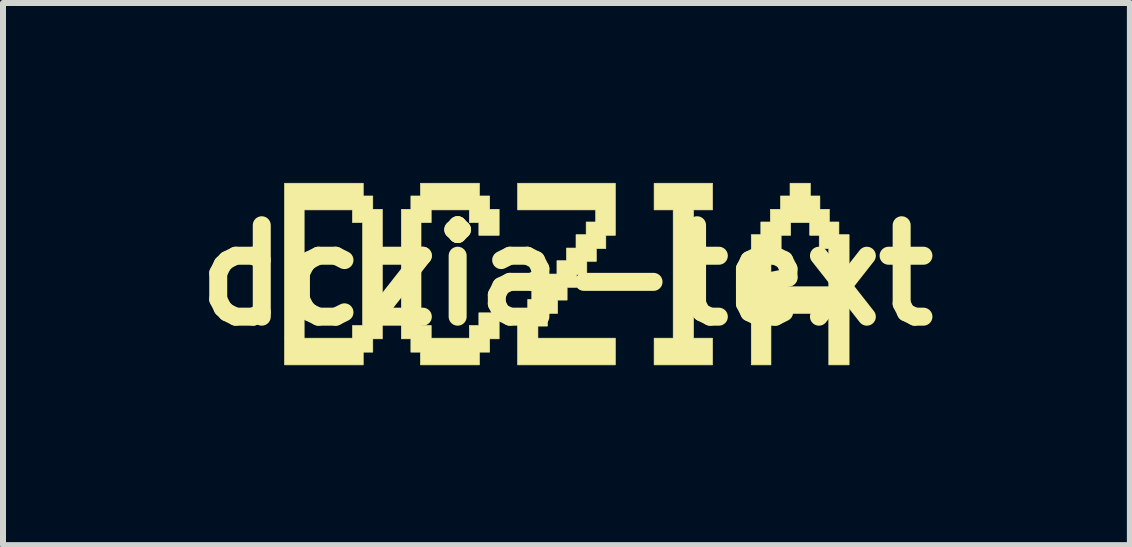
<source format=kicad_pcb>
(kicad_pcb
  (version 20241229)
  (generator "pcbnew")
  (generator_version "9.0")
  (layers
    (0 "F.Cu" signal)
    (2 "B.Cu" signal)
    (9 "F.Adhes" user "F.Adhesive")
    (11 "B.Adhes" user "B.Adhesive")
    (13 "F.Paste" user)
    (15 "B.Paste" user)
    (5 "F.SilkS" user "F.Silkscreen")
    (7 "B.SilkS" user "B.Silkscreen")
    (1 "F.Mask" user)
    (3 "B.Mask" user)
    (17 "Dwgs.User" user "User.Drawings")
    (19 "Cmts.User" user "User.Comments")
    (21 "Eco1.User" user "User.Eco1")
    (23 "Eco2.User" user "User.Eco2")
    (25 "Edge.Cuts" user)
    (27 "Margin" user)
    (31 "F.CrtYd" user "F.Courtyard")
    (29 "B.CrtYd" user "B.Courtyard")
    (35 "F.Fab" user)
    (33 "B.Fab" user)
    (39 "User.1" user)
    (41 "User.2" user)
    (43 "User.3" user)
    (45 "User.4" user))
  (footprint "dczia-text"
    (layer "F.Cu")
    (at 6.394 1.54)
    (property "Reference" "dczia-text" (at 0 0 0) (layer "F.SilkS") (effects (font (size 1.524 1.524) (thickness 0.3))))
    (attr through_hole)
    (fp_poly (pts (xy 2.435 -1.091) (xy 2.118 -1.091) (xy 2.118 1.048) (xy 2.435 1.048) (xy 2.435 1.493) (xy 1.461 1.493) (xy 1.461 1.048) (xy 1.779 1.048) (xy 1.779 -1.091) (xy 1.461 -1.091) (xy 1.461 -1.535) (xy 2.435 -1.535) (xy 2.435 -1.091)) (stroke (width 0.01) (type solid)) (fill yes) (layer "F.SilkS"))
    (fp_poly (pts (xy -3.388 -1.323) (xy -3.229 -1.323) (xy -3.229 -1.101) (xy -3.07 -1.101) (xy -3.07 1.059) (xy -3.229 1.059) (xy -3.229 1.281) (xy -3.388 1.281) (xy -3.388 1.493) (xy -4.701 1.493) (xy -4.701 -1.091) (xy -4.373 -1.091) (xy -4.373 1.048) (xy -3.568 1.048) (xy -3.568 0.836) (xy -3.399 0.836) (xy -3.399 -0.879) (xy -3.568 -0.879) (xy -3.568 -1.091) (xy -4.373 -1.091) (xy -4.701 -1.091) (xy -4.701 -1.535) (xy -3.388 -1.535) (xy -3.388 -1.323)) (stroke (width 0.01) (type solid)) (fill yes) (layer "F.SilkS"))
    (fp_poly (pts (xy -1.451 -1.323) (xy -1.281 -1.323) (xy -1.281 -1.101) (xy -1.122 -1.101) (xy -1.122 -0.667) (xy -1.461 -0.667) (xy -1.461 -0.879) (xy -1.62 -0.879) (xy -1.62 -1.091) (xy -2.255 -1.091) (xy -2.255 -0.879) (xy -2.425 -0.879) (xy -2.425 0.836) (xy -2.255 0.836) (xy -2.255 1.048) (xy -1.62 1.048) (xy -1.62 0.836) (xy -1.461 0.836) (xy -1.461 0.625) (xy -1.122 0.625) (xy -1.122 1.059) (xy -1.281 1.059) (xy -1.281 1.281) (xy -1.451 1.281) (xy -1.451 1.493) (xy -2.435 1.493) (xy -2.435 1.281) (xy -2.594 1.281) (xy -2.594 1.059) (xy -2.753 1.059) (xy -2.753 -1.101) (xy -2.594 -1.101) (xy -2.594 -1.323) (xy -2.435 -1.323) (xy -2.435 -1.535) (xy -1.451 -1.535) (xy -1.451 -1.323)) (stroke (width 0.01) (type solid)) (fill yes) (layer "F.SilkS"))
    (fp_poly (pts (xy 4.066 -1.323) (xy 4.225 -1.323) (xy 4.225 -1.101) (xy 4.383 -1.101) (xy 4.383 -0.889) (xy 4.542 -0.889) (xy 4.542 -0.678) (xy 4.712 -0.678) (xy 4.712 1.493) (xy 4.373 1.493) (xy 4.373 0.635) (xy 3.409 0.635) (xy 3.409 1.493) (xy 3.081 1.493) (xy 3.081 -0.445) (xy 3.409 -0.445) (xy 3.409 0.191) (xy 4.373 0.191) (xy 4.373 -0.445) (xy 4.214 -0.445) (xy 4.214 -0.667) (xy 4.055 -0.667) (xy 4.055 -0.879) (xy 3.737 -0.879) (xy 3.737 -0.667) (xy 3.579 -0.667) (xy 3.579 -0.445) (xy 3.409 -0.445) (xy 3.081 -0.445) (xy 3.081 -0.678) (xy 3.24 -0.678) (xy 3.24 -0.889) (xy 3.399 -0.889) (xy 3.399 -1.101) (xy 3.568 -1.101) (xy 3.568 -1.323) (xy 3.727 -1.323) (xy 3.727 -1.535) (xy 4.066 -1.535) (xy 4.066 -1.323)) (stroke (width 0.01) (type solid)) (fill yes) (layer "F.SilkS"))
    (fp_poly (pts (xy 0.815 -0.667) (xy 0.656 -0.667) (xy 0.656 -0.445) (xy 0.498 -0.445) (xy 0.498 -0.233) (xy 0.339 -0.233) (xy 0.339 -0.011) (xy 0.169 -0.011) (xy 0.169 0.201) (xy 0.011 0.201) (xy 0.011 0.413) (xy -0.148 0.413) (xy -0.148 0.635) (xy -0.318 0.635) (xy -0.318 0.847) (xy -0.476 0.847) (xy -0.476 1.048) (xy 0.815 1.048) (xy 0.815 1.493) (xy -0.815 1.493) (xy -0.815 0.625) (xy -0.646 0.625) (xy -0.646 0.402) (xy -0.487 0.402) (xy -0.487 0.191) (xy -0.328 0.191) (xy -0.328 -0.021) (xy -0.159 -0.021) (xy -0.159 -0.244) (xy 0 -0.244) (xy 0 -0.455) (xy 0.159 -0.455) (xy 0.159 -0.678) (xy 0.328 -0.678) (xy 0.328 -0.889) (xy 0.487 -0.889) (xy 0.487 -1.091) (xy -0.815 -1.091) (xy -0.815 -1.535) (xy 0.815 -1.535) (xy 0.815 -0.667)) (stroke (width 0.01) (type solid)) (fill yes) (layer "F.SilkS")))
  (gr_rect
    (start -3 -3)
    (end 15.787 6.038)
    (stroke (width 0.1) (type default))
    (fill no)
    (layer "Edge.Cuts")))
</source>
